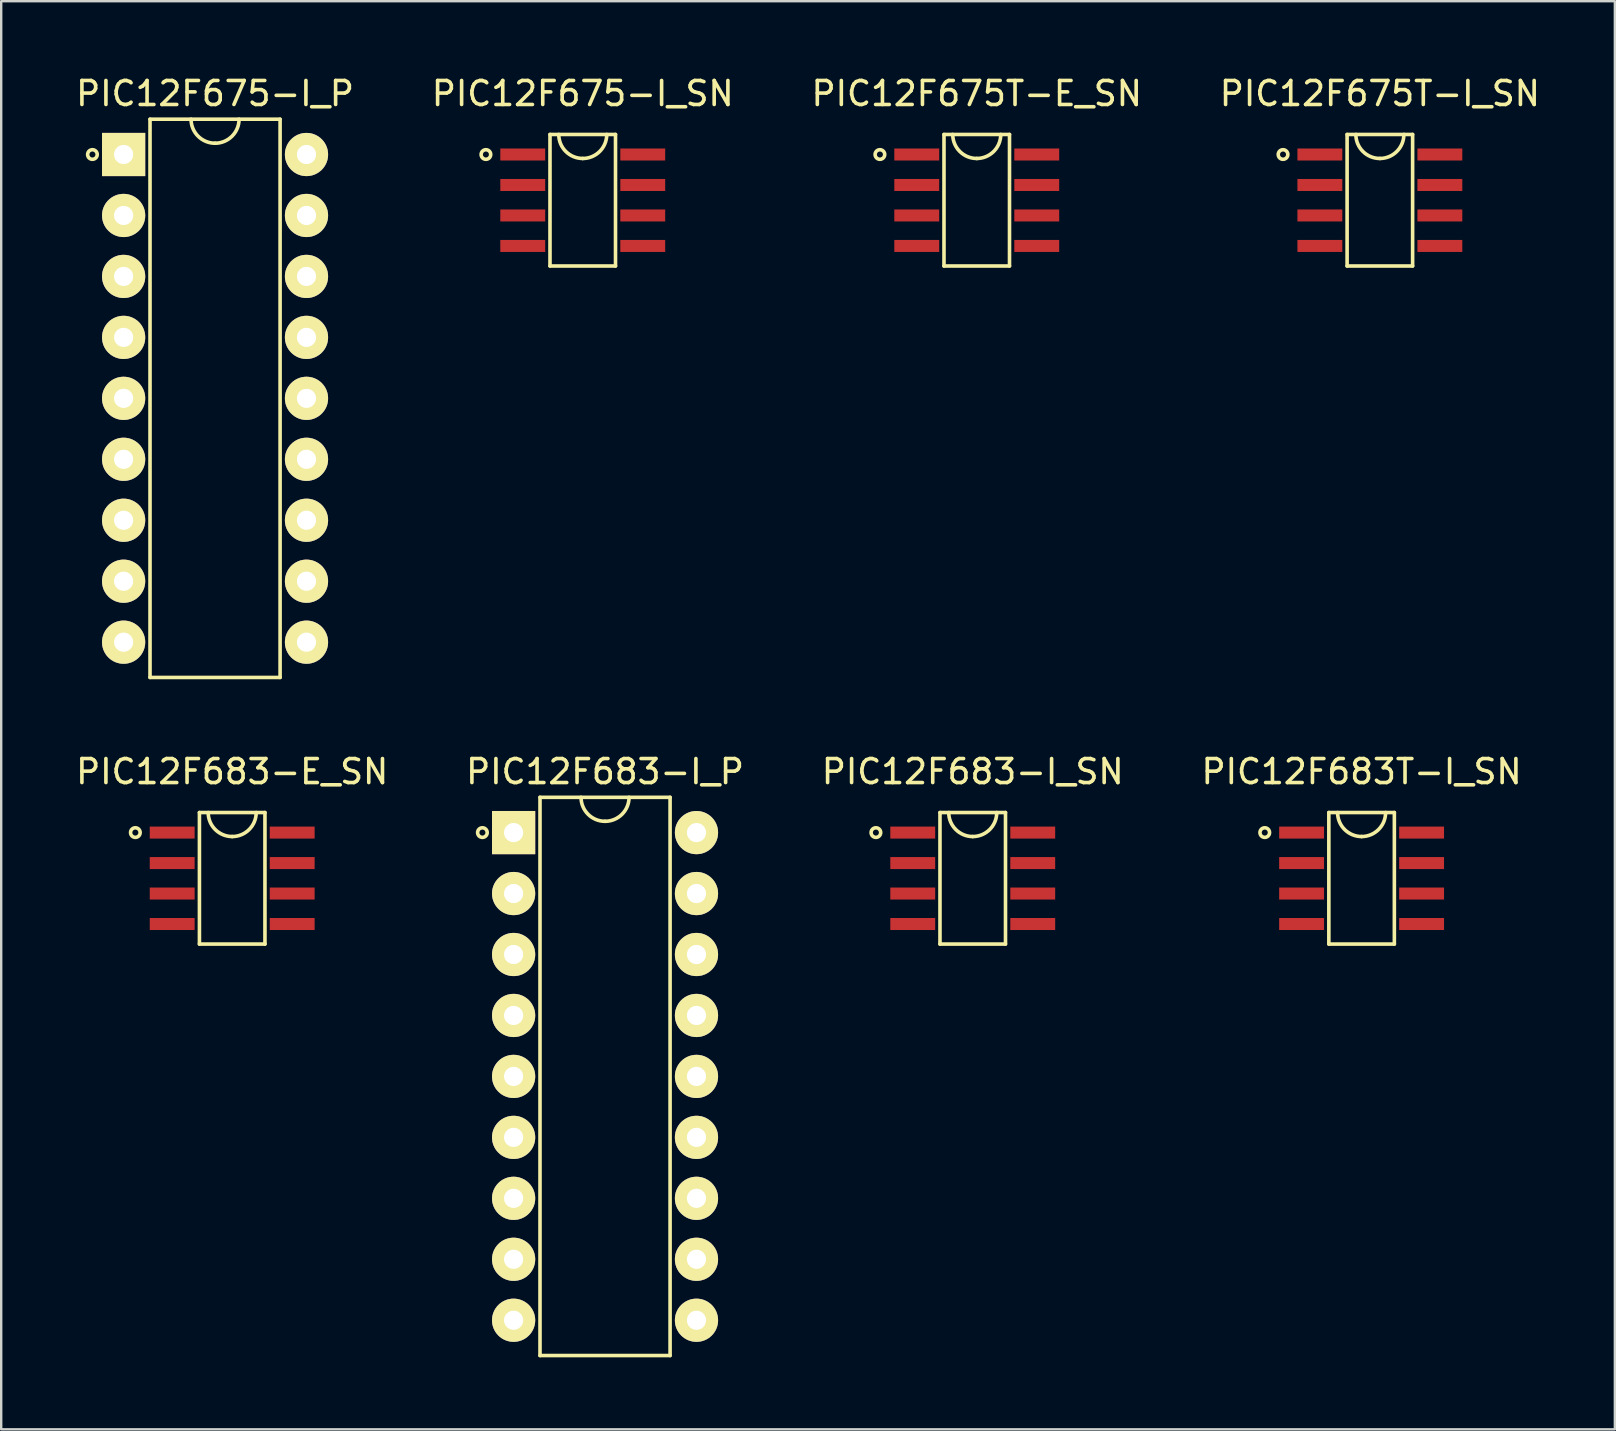
<source format=kicad_pcb>
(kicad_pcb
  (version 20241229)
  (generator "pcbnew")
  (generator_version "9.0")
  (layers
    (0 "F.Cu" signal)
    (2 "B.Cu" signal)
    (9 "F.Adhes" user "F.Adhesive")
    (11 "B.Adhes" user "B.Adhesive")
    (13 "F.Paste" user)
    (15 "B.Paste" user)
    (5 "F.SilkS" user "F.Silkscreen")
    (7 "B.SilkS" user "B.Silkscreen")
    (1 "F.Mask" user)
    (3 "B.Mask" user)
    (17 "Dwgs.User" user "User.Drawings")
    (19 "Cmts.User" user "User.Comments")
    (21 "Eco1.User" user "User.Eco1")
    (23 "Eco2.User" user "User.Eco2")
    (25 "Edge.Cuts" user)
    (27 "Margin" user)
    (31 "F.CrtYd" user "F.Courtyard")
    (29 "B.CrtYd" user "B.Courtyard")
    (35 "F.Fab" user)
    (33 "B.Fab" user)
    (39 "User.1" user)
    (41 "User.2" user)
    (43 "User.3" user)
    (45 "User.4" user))
  (footprint "PIC12F683-I_P"
    (layer "F.Cu")
    (at 18.351 31.642)
    (property "Reference" "PIC12F683-I_P" (at 3.81 -2.54 0) (layer "F.SilkS") (effects (font (size 1 1) (thickness 0.15))))
    (attr through_hole)
    (fp_line (start 1.1 -1.47) (end 6.52 -1.47) (stroke (width 0.15) (type solid)) (layer "F.SilkS"))
    (fp_line (start 1.1 21.79) (end 1.1 -1.47) (stroke (width 0.15) (type solid)) (layer "F.SilkS"))
    (fp_line (start 6.52 -1.47) (end 6.52 21.79) (stroke (width 0.15) (type solid)) (layer "F.SilkS"))
    (fp_line (start 6.52 21.79) (end 1.1 21.79) (stroke (width 0.15) (type solid)) (layer "F.SilkS"))
    (fp_arc (start 3.81 -0.47) (mid 3.102893 -0.762893) (end 2.81 -1.47) (stroke (width 0.15) (type solid)) (layer "F.SilkS"))
    (fp_arc (start 4.81 -1.47) (mid 4.517107 -0.762893) (end 3.81 -0.47) (stroke (width 0.15) (type solid)) (layer "F.SilkS"))
    (fp_circle (center -1.3 0) (end -1.3 0.2) (stroke (width 0.15) (type solid)) (fill no) (layer "F.SilkS"))
    (pad "1" thru_hole rect (at 0 0) (size 1.8 1.8) (drill 0.8) (layers "*.Cu" "*.Mask" "F.SilkS"))
    (pad "2" thru_hole circle (at 0 2.54) (size 1.8 1.8) (drill 0.8) (layers "*.Cu" "*.Mask" "F.SilkS"))
    (pad "3" thru_hole circle (at 0 5.08) (size 1.8 1.8) (drill 0.8) (layers "*.Cu" "*.Mask" "F.SilkS"))
    (pad "4" thru_hole circle (at 0 7.62) (size 1.8 1.8) (drill 0.8) (layers "*.Cu" "*.Mask" "F.SilkS"))
    (pad "5" thru_hole circle (at 0 10.16) (size 1.8 1.8) (drill 0.8) (layers "*.Cu" "*.Mask" "F.SilkS"))
    (pad "6" thru_hole circle (at 0 12.7) (size 1.8 1.8) (drill 0.8) (layers "*.Cu" "*.Mask" "F.SilkS"))
    (pad "7" thru_hole circle (at 0 15.24) (size 1.8 1.8) (drill 0.8) (layers "*.Cu" "*.Mask" "F.SilkS"))
    (pad "8" thru_hole circle (at 0 17.78) (size 1.8 1.8) (drill 0.8) (layers "*.Cu" "*.Mask" "F.SilkS"))
    (pad "9" thru_hole circle (at 0 20.32) (size 1.8 1.8) (drill 0.8) (layers "*.Cu" "*.Mask" "F.SilkS"))
    (pad "10" thru_hole circle (at 7.62 20.32) (size 1.8 1.8) (drill 0.8) (layers "*.Cu" "*.Mask" "F.SilkS"))
    (pad "11" thru_hole circle (at 7.62 17.78) (size 1.8 1.8) (drill 0.8) (layers "*.Cu" "*.Mask" "F.SilkS"))
    (pad "12" thru_hole circle (at 7.62 15.24) (size 1.8 1.8) (drill 0.8) (layers "*.Cu" "*.Mask" "F.SilkS"))
    (pad "13" thru_hole circle (at 7.62 12.7) (size 1.8 1.8) (drill 0.8) (layers "*.Cu" "*.Mask" "F.SilkS"))
    (pad "14" thru_hole circle (at 7.62 10.16) (size 1.8 1.8) (drill 0.8) (layers "*.Cu" "*.Mask" "F.SilkS"))
    (pad "15" thru_hole circle (at 7.62 7.62) (size 1.8 1.8) (drill 0.8) (layers "*.Cu" "*.Mask" "F.SilkS"))
    (pad "16" thru_hole circle (at 7.62 5.08) (size 1.8 1.8) (drill 0.8) (layers "*.Cu" "*.Mask" "F.SilkS"))
    (pad "17" thru_hole circle (at 7.62 2.54) (size 1.8 1.8) (drill 0.8) (layers "*.Cu" "*.Mask" "F.SilkS"))
    (pad "18" thru_hole circle (at 7.62 0) (size 1.8 1.8) (drill 0.8) (layers "*.Cu" "*.Mask" "F.SilkS")))
  (footprint "PIC12F683-E_SN"
    (layer "F.Cu")
    (at 4.125 31.642)
    (property "Reference" "PIC12F683-E_SN" (at 2.5 -2.54 0) (layer "F.SilkS") (effects (font (size 1 1) (thickness 0.15))))
    (attr through_hole)
    (fp_line (start 1.135 -0.835) (end 3.865 -0.835) (stroke (width 0.15) (type solid)) (layer "F.SilkS"))
    (fp_line (start 1.135 4.645) (end 1.135 -0.835) (stroke (width 0.15) (type solid)) (layer "F.SilkS"))
    (fp_line (start 3.865 -0.835) (end 3.865 4.645) (stroke (width 0.15) (type solid)) (layer "F.SilkS"))
    (fp_line (start 3.865 4.645) (end 1.135 4.645) (stroke (width 0.15) (type solid)) (layer "F.SilkS"))
    (fp_arc (start 2.5 0.165) (mid 1.792893 -0.127893) (end 1.5 -0.835) (stroke (width 0.15) (type solid)) (layer "F.SilkS"))
    (fp_arc (start 3.5 -0.835) (mid 3.207107 -0.127893) (end 2.5 0.165) (stroke (width 0.15) (type solid)) (layer "F.SilkS"))
    (fp_circle (center -1.535 0) (end -1.535 0.2) (stroke (width 0.15) (type solid)) (fill no) (layer "F.SilkS"))
    (pad "1" smd rect (at 0 0) (size 1.87 0.5) (layers "F.Cu" "F.Mask" "F.Paste"))
    (pad "2" smd rect (at 0 1.27) (size 1.87 0.5) (layers "F.Cu" "F.Mask" "F.Paste"))
    (pad "3" smd rect (at 0 2.54) (size 1.87 0.5) (layers "F.Cu" "F.Mask" "F.Paste"))
    (pad "4" smd rect (at 0 3.81) (size 1.87 0.5) (layers "F.Cu" "F.Mask" "F.Paste"))
    (pad "5" smd rect (at 5 3.81) (size 1.87 0.5) (layers "F.Cu" "F.Mask" "F.Paste"))
    (pad "6" smd rect (at 5 2.54) (size 1.87 0.5) (layers "F.Cu" "F.Mask" "F.Paste"))
    (pad "7" smd rect (at 5 1.27) (size 1.87 0.5) (layers "F.Cu" "F.Mask" "F.Paste"))
    (pad "8" smd rect (at 5 0) (size 1.87 0.5) (layers "F.Cu" "F.Mask" "F.Paste")))
  (footprint "PIC12F683-I_SN"
    (layer "F.Cu")
    (at 34.982 31.642)
    (property "Reference" "PIC12F683-I_SN" (at 2.5 -2.54 0) (layer "F.SilkS") (effects (font (size 1 1) (thickness 0.15))))
    (attr through_hole)
    (fp_line (start 1.135 -0.835) (end 3.865 -0.835) (stroke (width 0.15) (type solid)) (layer "F.SilkS"))
    (fp_line (start 1.135 4.645) (end 1.135 -0.835) (stroke (width 0.15) (type solid)) (layer "F.SilkS"))
    (fp_line (start 3.865 -0.835) (end 3.865 4.645) (stroke (width 0.15) (type solid)) (layer "F.SilkS"))
    (fp_line (start 3.865 4.645) (end 1.135 4.645) (stroke (width 0.15) (type solid)) (layer "F.SilkS"))
    (fp_arc (start 2.5 0.165) (mid 1.792893 -0.127893) (end 1.5 -0.835) (stroke (width 0.15) (type solid)) (layer "F.SilkS"))
    (fp_arc (start 3.5 -0.835) (mid 3.207107 -0.127893) (end 2.5 0.165) (stroke (width 0.15) (type solid)) (layer "F.SilkS"))
    (fp_circle (center -1.535 0) (end -1.535 0.2) (stroke (width 0.15) (type solid)) (fill no) (layer "F.SilkS"))
    (pad "1" smd rect (at 0 0) (size 1.87 0.5) (layers "F.Cu" "F.Mask" "F.Paste"))
    (pad "2" smd rect (at 0 1.27) (size 1.87 0.5) (layers "F.Cu" "F.Mask" "F.Paste"))
    (pad "3" smd rect (at 0 2.54) (size 1.87 0.5) (layers "F.Cu" "F.Mask" "F.Paste"))
    (pad "4" smd rect (at 0 3.81) (size 1.87 0.5) (layers "F.Cu" "F.Mask" "F.Paste"))
    (pad "5" smd rect (at 5 3.81) (size 1.87 0.5) (layers "F.Cu" "F.Mask" "F.Paste"))
    (pad "6" smd rect (at 5 2.54) (size 1.87 0.5) (layers "F.Cu" "F.Mask" "F.Paste"))
    (pad "7" smd rect (at 5 1.27) (size 1.87 0.5) (layers "F.Cu" "F.Mask" "F.Paste"))
    (pad "8" smd rect (at 5 0) (size 1.87 0.5) (layers "F.Cu" "F.Mask" "F.Paste")))
  (footprint "PIC12F675T-E_SN"
    (layer "F.Cu")
    (at 35.149 3.388)
    (property "Reference" "PIC12F675T-E_SN" (at 2.5 -2.54 0) (layer "F.SilkS") (effects (font (size 1 1) (thickness 0.15))))
    (attr through_hole)
    (fp_line (start 1.135 -0.835) (end 3.865 -0.835) (stroke (width 0.15) (type solid)) (layer "F.SilkS"))
    (fp_line (start 1.135 4.645) (end 1.135 -0.835) (stroke (width 0.15) (type solid)) (layer "F.SilkS"))
    (fp_line (start 3.865 -0.835) (end 3.865 4.645) (stroke (width 0.15) (type solid)) (layer "F.SilkS"))
    (fp_line (start 3.865 4.645) (end 1.135 4.645) (stroke (width 0.15) (type solid)) (layer "F.SilkS"))
    (fp_arc (start 2.5 0.165) (mid 1.792893 -0.127893) (end 1.5 -0.835) (stroke (width 0.15) (type solid)) (layer "F.SilkS"))
    (fp_arc (start 3.5 -0.835) (mid 3.207107 -0.127893) (end 2.5 0.165) (stroke (width 0.15) (type solid)) (layer "F.SilkS"))
    (fp_circle (center -1.535 0) (end -1.535 0.2) (stroke (width 0.15) (type solid)) (fill no) (layer "F.SilkS"))
    (pad "1" smd rect (at 0 0) (size 1.87 0.5) (layers "F.Cu" "F.Mask" "F.Paste"))
    (pad "2" smd rect (at 0 1.27) (size 1.87 0.5) (layers "F.Cu" "F.Mask" "F.Paste"))
    (pad "3" smd rect (at 0 2.54) (size 1.87 0.5) (layers "F.Cu" "F.Mask" "F.Paste"))
    (pad "4" smd rect (at 0 3.81) (size 1.87 0.5) (layers "F.Cu" "F.Mask" "F.Paste"))
    (pad "5" smd rect (at 5 3.81) (size 1.87 0.5) (layers "F.Cu" "F.Mask" "F.Paste"))
    (pad "6" smd rect (at 5 2.54) (size 1.87 0.5) (layers "F.Cu" "F.Mask" "F.Paste"))
    (pad "7" smd rect (at 5 1.27) (size 1.87 0.5) (layers "F.Cu" "F.Mask" "F.Paste"))
    (pad "8" smd rect (at 5 0) (size 1.87 0.5) (layers "F.Cu" "F.Mask" "F.Paste")))
  (footprint "PIC12F675-I_P"
    (layer "F.Cu")
    (at 2.101 3.388)
    (property "Reference" "PIC12F675-I_P" (at 3.81 -2.54 0) (layer "F.SilkS") (effects (font (size 1 1) (thickness 0.15))))
    (attr through_hole)
    (fp_line (start 1.1 -1.47) (end 6.52 -1.47) (stroke (width 0.15) (type solid)) (layer "F.SilkS"))
    (fp_line (start 1.1 21.79) (end 1.1 -1.47) (stroke (width 0.15) (type solid)) (layer "F.SilkS"))
    (fp_line (start 6.52 -1.47) (end 6.52 21.79) (stroke (width 0.15) (type solid)) (layer "F.SilkS"))
    (fp_line (start 6.52 21.79) (end 1.1 21.79) (stroke (width 0.15) (type solid)) (layer "F.SilkS"))
    (fp_arc (start 3.81 -0.47) (mid 3.102893 -0.762893) (end 2.81 -1.47) (stroke (width 0.15) (type solid)) (layer "F.SilkS"))
    (fp_arc (start 4.81 -1.47) (mid 4.517107 -0.762893) (end 3.81 -0.47) (stroke (width 0.15) (type solid)) (layer "F.SilkS"))
    (fp_circle (center -1.3 0) (end -1.3 0.2) (stroke (width 0.15) (type solid)) (fill no) (layer "F.SilkS"))
    (pad "1" thru_hole rect (at 0 0) (size 1.8 1.8) (drill 0.8) (layers "*.Cu" "*.Mask" "F.SilkS"))
    (pad "2" thru_hole circle (at 0 2.54) (size 1.8 1.8) (drill 0.8) (layers "*.Cu" "*.Mask" "F.SilkS"))
    (pad "3" thru_hole circle (at 0 5.08) (size 1.8 1.8) (drill 0.8) (layers "*.Cu" "*.Mask" "F.SilkS"))
    (pad "4" thru_hole circle (at 0 7.62) (size 1.8 1.8) (drill 0.8) (layers "*.Cu" "*.Mask" "F.SilkS"))
    (pad "5" thru_hole circle (at 0 10.16) (size 1.8 1.8) (drill 0.8) (layers "*.Cu" "*.Mask" "F.SilkS"))
    (pad "6" thru_hole circle (at 0 12.7) (size 1.8 1.8) (drill 0.8) (layers "*.Cu" "*.Mask" "F.SilkS"))
    (pad "7" thru_hole circle (at 0 15.24) (size 1.8 1.8) (drill 0.8) (layers "*.Cu" "*.Mask" "F.SilkS"))
    (pad "8" thru_hole circle (at 0 17.78) (size 1.8 1.8) (drill 0.8) (layers "*.Cu" "*.Mask" "F.SilkS"))
    (pad "9" thru_hole circle (at 0 20.32) (size 1.8 1.8) (drill 0.8) (layers "*.Cu" "*.Mask" "F.SilkS"))
    (pad "10" thru_hole circle (at 7.62 20.32) (size 1.8 1.8) (drill 0.8) (layers "*.Cu" "*.Mask" "F.SilkS"))
    (pad "11" thru_hole circle (at 7.62 17.78) (size 1.8 1.8) (drill 0.8) (layers "*.Cu" "*.Mask" "F.SilkS"))
    (pad "12" thru_hole circle (at 7.62 15.24) (size 1.8 1.8) (drill 0.8) (layers "*.Cu" "*.Mask" "F.SilkS"))
    (pad "13" thru_hole circle (at 7.62 12.7) (size 1.8 1.8) (drill 0.8) (layers "*.Cu" "*.Mask" "F.SilkS"))
    (pad "14" thru_hole circle (at 7.62 10.16) (size 1.8 1.8) (drill 0.8) (layers "*.Cu" "*.Mask" "F.SilkS"))
    (pad "15" thru_hole circle (at 7.62 7.62) (size 1.8 1.8) (drill 0.8) (layers "*.Cu" "*.Mask" "F.SilkS"))
    (pad "16" thru_hole circle (at 7.62 5.08) (size 1.8 1.8) (drill 0.8) (layers "*.Cu" "*.Mask" "F.SilkS"))
    (pad "17" thru_hole circle (at 7.62 2.54) (size 1.8 1.8) (drill 0.8) (layers "*.Cu" "*.Mask" "F.SilkS"))
    (pad "18" thru_hole circle (at 7.62 0) (size 1.8 1.8) (drill 0.8) (layers "*.Cu" "*.Mask" "F.SilkS")))
  (footprint "PIC12F675-I_SN"
    (layer "F.Cu")
    (at 18.732 3.388)
    (property "Reference" "PIC12F675-I_SN" (at 2.5 -2.54 0) (layer "F.SilkS") (effects (font (size 1 1) (thickness 0.15))))
    (attr through_hole)
    (fp_line (start 1.135 -0.835) (end 3.865 -0.835) (stroke (width 0.15) (type solid)) (layer "F.SilkS"))
    (fp_line (start 1.135 4.645) (end 1.135 -0.835) (stroke (width 0.15) (type solid)) (layer "F.SilkS"))
    (fp_line (start 3.865 -0.835) (end 3.865 4.645) (stroke (width 0.15) (type solid)) (layer "F.SilkS"))
    (fp_line (start 3.865 4.645) (end 1.135 4.645) (stroke (width 0.15) (type solid)) (layer "F.SilkS"))
    (fp_arc (start 2.5 0.165) (mid 1.792893 -0.127893) (end 1.5 -0.835) (stroke (width 0.15) (type solid)) (layer "F.SilkS"))
    (fp_arc (start 3.5 -0.835) (mid 3.207107 -0.127893) (end 2.5 0.165) (stroke (width 0.15) (type solid)) (layer "F.SilkS"))
    (fp_circle (center -1.535 0) (end -1.535 0.2) (stroke (width 0.15) (type solid)) (fill no) (layer "F.SilkS"))
    (pad "1" smd rect (at 0 0) (size 1.87 0.5) (layers "F.Cu" "F.Mask" "F.Paste"))
    (pad "2" smd rect (at 0 1.27) (size 1.87 0.5) (layers "F.Cu" "F.Mask" "F.Paste"))
    (pad "3" smd rect (at 0 2.54) (size 1.87 0.5) (layers "F.Cu" "F.Mask" "F.Paste"))
    (pad "4" smd rect (at 0 3.81) (size 1.87 0.5) (layers "F.Cu" "F.Mask" "F.Paste"))
    (pad "5" smd rect (at 5 3.81) (size 1.87 0.5) (layers "F.Cu" "F.Mask" "F.Paste"))
    (pad "6" smd rect (at 5 2.54) (size 1.87 0.5) (layers "F.Cu" "F.Mask" "F.Paste"))
    (pad "7" smd rect (at 5 1.27) (size 1.87 0.5) (layers "F.Cu" "F.Mask" "F.Paste"))
    (pad "8" smd rect (at 5 0) (size 1.87 0.5) (layers "F.Cu" "F.Mask" "F.Paste")))
  (footprint "PIC12F683T-I_SN"
    (layer "F.Cu")
    (at 51.185 31.642)
    (property "Reference" "PIC12F683T-I_SN" (at 2.5 -2.54 0) (layer "F.SilkS") (effects (font (size 1 1) (thickness 0.15))))
    (attr through_hole)
    (fp_line (start 1.135 -0.835) (end 3.865 -0.835) (stroke (width 0.15) (type solid)) (layer "F.SilkS"))
    (fp_line (start 1.135 4.645) (end 1.135 -0.835) (stroke (width 0.15) (type solid)) (layer "F.SilkS"))
    (fp_line (start 3.865 -0.835) (end 3.865 4.645) (stroke (width 0.15) (type solid)) (layer "F.SilkS"))
    (fp_line (start 3.865 4.645) (end 1.135 4.645) (stroke (width 0.15) (type solid)) (layer "F.SilkS"))
    (fp_arc (start 2.5 0.165) (mid 1.792893 -0.127893) (end 1.5 -0.835) (stroke (width 0.15) (type solid)) (layer "F.SilkS"))
    (fp_arc (start 3.5 -0.835) (mid 3.207107 -0.127893) (end 2.5 0.165) (stroke (width 0.15) (type solid)) (layer "F.SilkS"))
    (fp_circle (center -1.535 0) (end -1.535 0.2) (stroke (width 0.15) (type solid)) (fill no) (layer "F.SilkS"))
    (pad "1" smd rect (at 0 0) (size 1.87 0.5) (layers "F.Cu" "F.Mask" "F.Paste"))
    (pad "2" smd rect (at 0 1.27) (size 1.87 0.5) (layers "F.Cu" "F.Mask" "F.Paste"))
    (pad "3" smd rect (at 0 2.54) (size 1.87 0.5) (layers "F.Cu" "F.Mask" "F.Paste"))
    (pad "4" smd rect (at 0 3.81) (size 1.87 0.5) (layers "F.Cu" "F.Mask" "F.Paste"))
    (pad "5" smd rect (at 5 3.81) (size 1.87 0.5) (layers "F.Cu" "F.Mask" "F.Paste"))
    (pad "6" smd rect (at 5 2.54) (size 1.87 0.5) (layers "F.Cu" "F.Mask" "F.Paste"))
    (pad "7" smd rect (at 5 1.27) (size 1.87 0.5) (layers "F.Cu" "F.Mask" "F.Paste"))
    (pad "8" smd rect (at 5 0) (size 1.87 0.5) (layers "F.Cu" "F.Mask" "F.Paste")))
  (footprint "PIC12F675T-I_SN"
    (layer "F.Cu")
    (at 51.946 3.388)
    (property "Reference" "PIC12F675T-I_SN" (at 2.5 -2.54 0) (layer "F.SilkS") (effects (font (size 1 1) (thickness 0.15))))
    (attr through_hole)
    (fp_line (start 1.135 -0.835) (end 3.865 -0.835) (stroke (width 0.15) (type solid)) (layer "F.SilkS"))
    (fp_line (start 1.135 4.645) (end 1.135 -0.835) (stroke (width 0.15) (type solid)) (layer "F.SilkS"))
    (fp_line (start 3.865 -0.835) (end 3.865 4.645) (stroke (width 0.15) (type solid)) (layer "F.SilkS"))
    (fp_line (start 3.865 4.645) (end 1.135 4.645) (stroke (width 0.15) (type solid)) (layer "F.SilkS"))
    (fp_arc (start 2.5 0.165) (mid 1.792893 -0.127893) (end 1.5 -0.835) (stroke (width 0.15) (type solid)) (layer "F.SilkS"))
    (fp_arc (start 3.5 -0.835) (mid 3.207107 -0.127893) (end 2.5 0.165) (stroke (width 0.15) (type solid)) (layer "F.SilkS"))
    (fp_circle (center -1.535 0) (end -1.535 0.2) (stroke (width 0.15) (type solid)) (fill no) (layer "F.SilkS"))
    (pad "1" smd rect (at 0 0) (size 1.87 0.5) (layers "F.Cu" "F.Mask" "F.Paste"))
    (pad "2" smd rect (at 0 1.27) (size 1.87 0.5) (layers "F.Cu" "F.Mask" "F.Paste"))
    (pad "3" smd rect (at 0 2.54) (size 1.87 0.5) (layers "F.Cu" "F.Mask" "F.Paste"))
    (pad "4" smd rect (at 0 3.81) (size 1.87 0.5) (layers "F.Cu" "F.Mask" "F.Paste"))
    (pad "5" smd rect (at 5 3.81) (size 1.87 0.5) (layers "F.Cu" "F.Mask" "F.Paste"))
    (pad "6" smd rect (at 5 2.54) (size 1.87 0.5) (layers "F.Cu" "F.Mask" "F.Paste"))
    (pad "7" smd rect (at 5 1.27) (size 1.87 0.5) (layers "F.Cu" "F.Mask" "F.Paste"))
    (pad "8" smd rect (at 5 0) (size 1.87 0.5) (layers "F.Cu" "F.Mask" "F.Paste")))
  (gr_rect
    (start -3 -3)
    (end 64.238 56.507)
    (stroke (width 0.1) (type default))
    (fill no)
    (layer "Edge.Cuts")))
</source>
